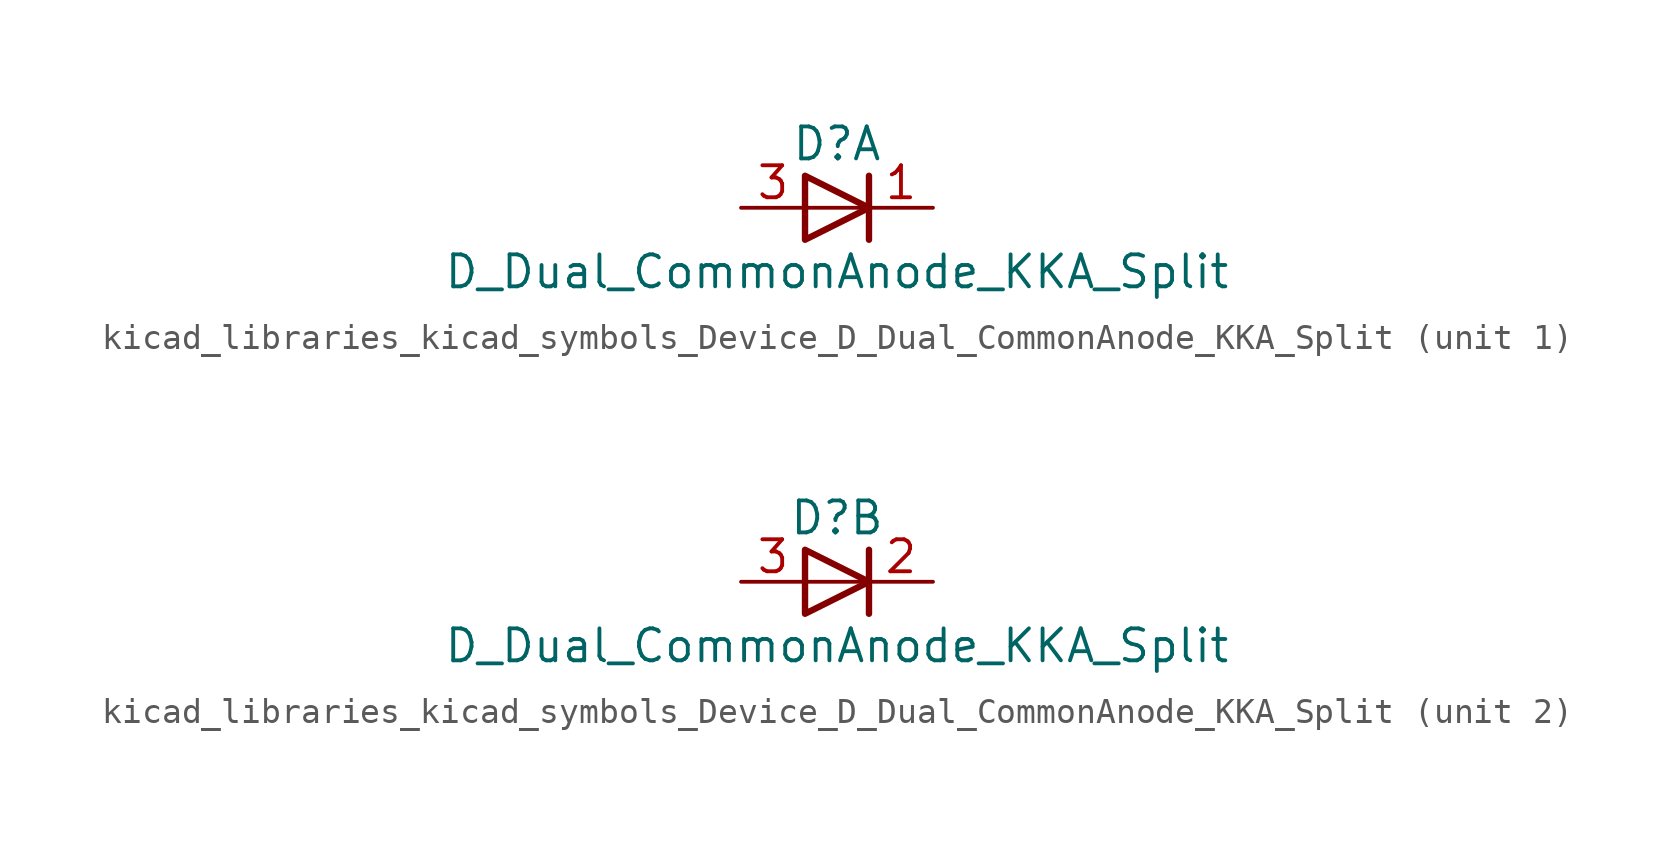
<source format=kicad_sym>
(kicad_symbol_lib
  (version 20220914)
  (generator kicad_symbol_editor)
  (symbol "kicad_libraries_kicad_symbols_Device_D_Dual_CommonAnode_KKA_Split"
    (pin_names
      (offset 0.762) hide)
    (property "Reference" "D"
      (at 0 2.54 0)
      (effects (font (size 1.27 1.27))))
    (property "Value" "D_Dual_CommonAnode_KKA_Split"
      (at 0 -2.54 0)
      (effects (font (size 1.27 1.27))))
    (property "ki_locked" ""
      (at 0 0 0)
      (effects (font (size 1.27 1.27))))
    (symbol "kicad_libraries_kicad_symbols_Device_D_Dual_CommonAnode_KKA_Split_0_0"
      (polyline (pts (xy 1.27 0) (xy -1.27 0)) (stroke (width 0) (type default)) (fill (type none)))
      (polyline (pts (xy 1.27 1.27) (xy 1.27 -1.27)) (stroke (width 0.254) (type default)) (fill (type none))))
    (symbol "kicad_libraries_kicad_symbols_Device_D_Dual_CommonAnode_KKA_Split_0_1"
      (polyline (pts (xy -1.27 1.27) (xy 1.27 0) (xy -1.27 -1.27) (xy -1.27 1.27) (xy -1.27 1.27) (xy -1.27 1.27)) (stroke (width 0.254) (type default)) (fill (type none)))
      (pin passive line (at -3.81 0 0) (length 2.54) (name "A" (effects (font (size 1.27 1.27)))) (number "3" (effects (font (size 1.27 1.27))))))
    (symbol "kicad_libraries_kicad_symbols_Device_D_Dual_CommonAnode_KKA_Split_1_1"
      (pin passive line (at 3.81 0 180) (length 2.54) (name "K" (effects (font (size 1.27 1.27)))) (number "1" (effects (font (size 1.27 1.27))))))
    (symbol "kicad_libraries_kicad_symbols_Device_D_Dual_CommonAnode_KKA_Split_2_1"
      (pin passive line (at 3.81 0 180) (length 2.54) (name "K" (effects (font (size 1.27 1.27)))) (number "2" (effects (font (size 1.27 1.27))))))))
</source>
